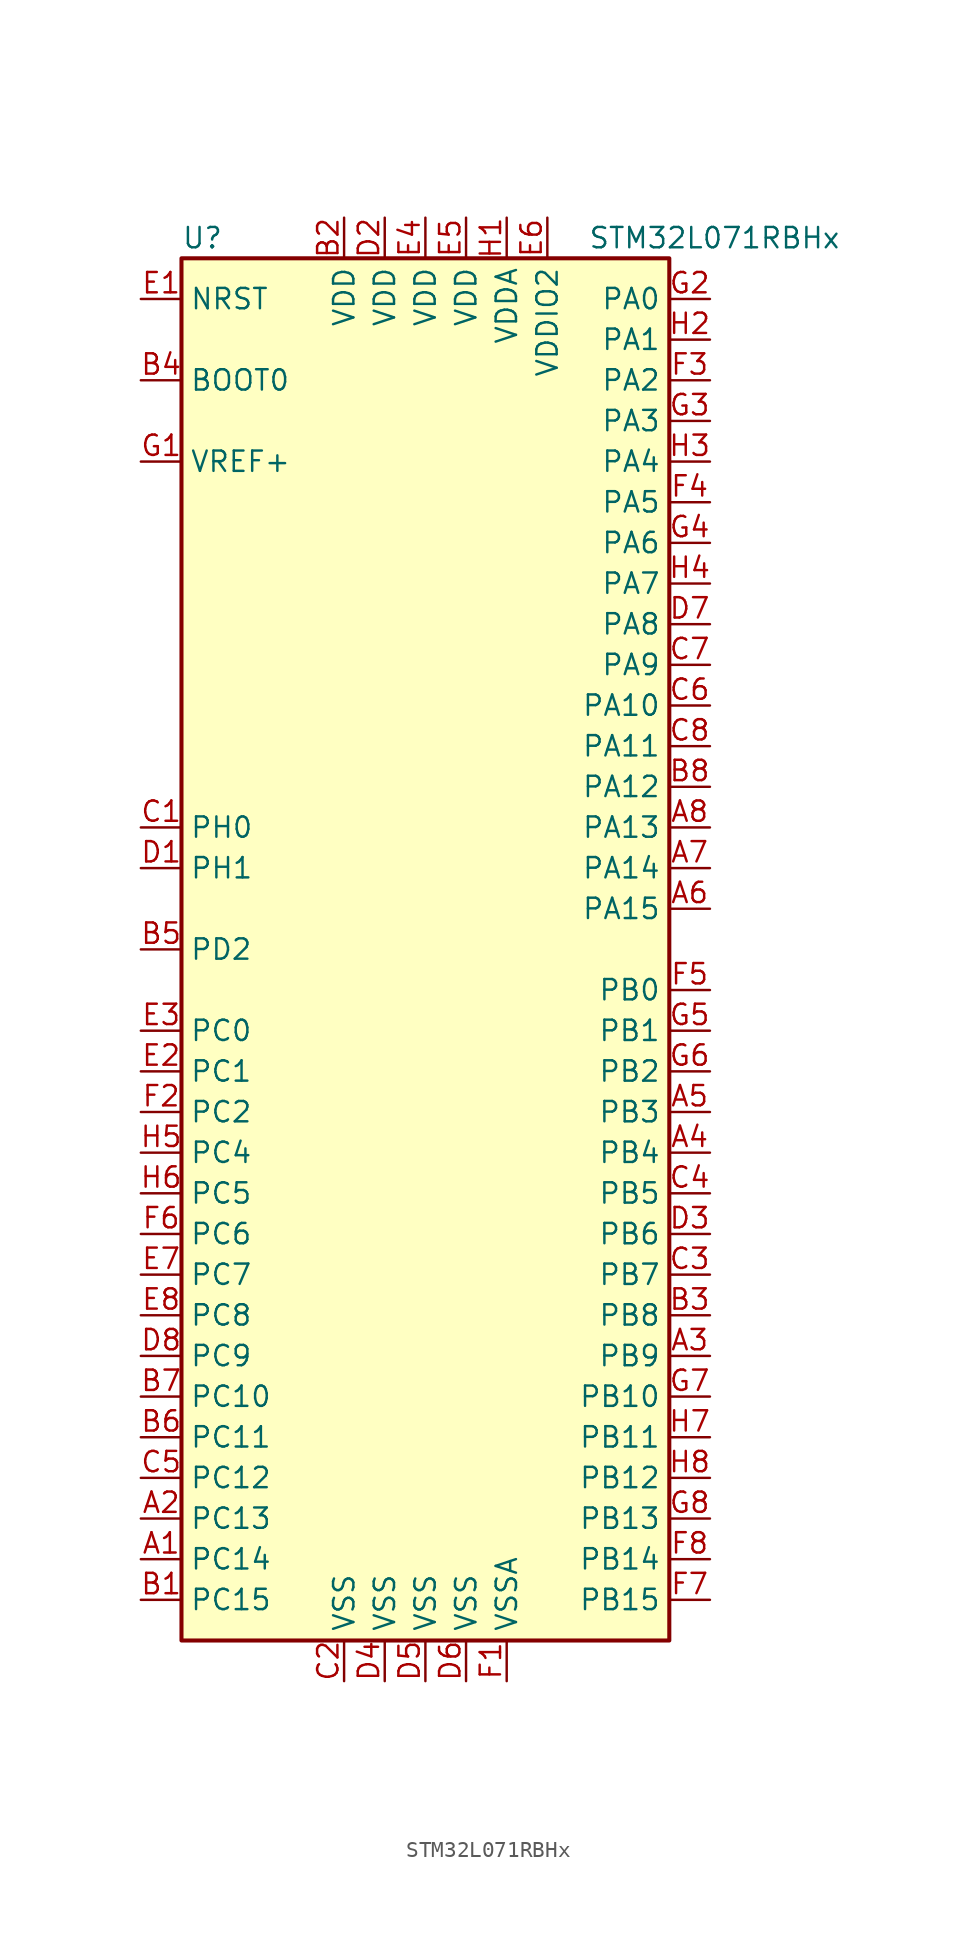
<source format=kicad_sym>
(kicad_symbol_lib
  (version 20201005)
  (generator kicad_symbol_editor)
  (symbol "STM32L071RBHx"
    (property "Reference" "U"
      (at -15.24 44.45 0)
      (effects (font (size 1.27 1.27)) (justify left)))
    (property "Value" "STM32L071RBHx"
      (at 10.16 44.45 0)
      (effects (font (size 1.27 1.27)) (justify left)))
    (symbol "STM32L071RBHx_0_1"
      (rectangle (start -15.24 -43.18) (end 15.24 43.18) (stroke (width 0.254)) (fill (type background))))
    (symbol "STM32L071RBHx_1_1"
      (pin bidirectional line (at -17.78 -38.1 0) (length 2.54) (name "PC14" (effects (font (size 1.27 1.27)))) (number "A1" (effects (font (size 1.27 1.27)))))
      (pin bidirectional line (at -17.78 -35.56 0) (length 2.54) (name "PC13" (effects (font (size 1.27 1.27)))) (number "A2" (effects (font (size 1.27 1.27)))))
      (pin bidirectional line (at 17.78 -25.4 180) (length 2.54) (name "PB9" (effects (font (size 1.27 1.27)))) (number "A3" (effects (font (size 1.27 1.27)))))
      (pin bidirectional line (at 17.78 -12.7 180) (length 2.54) (name "PB4" (effects (font (size 1.27 1.27)))) (number "A4" (effects (font (size 1.27 1.27)))))
      (pin bidirectional line (at 17.78 -10.16 180) (length 2.54) (name "PB3" (effects (font (size 1.27 1.27)))) (number "A5" (effects (font (size 1.27 1.27)))))
      (pin bidirectional line (at 17.78 2.54 180) (length 2.54) (name "PA15" (effects (font (size 1.27 1.27)))) (number "A6" (effects (font (size 1.27 1.27)))))
      (pin bidirectional line (at 17.78 5.08 180) (length 2.54) (name "PA14" (effects (font (size 1.27 1.27)))) (number "A7" (effects (font (size 1.27 1.27)))))
      (pin bidirectional line (at 17.78 7.62 180) (length 2.54) (name "PA13" (effects (font (size 1.27 1.27)))) (number "A8" (effects (font (size 1.27 1.27)))))
      (pin bidirectional line (at -17.78 -40.64 0) (length 2.54) (name "PC15" (effects (font (size 1.27 1.27)))) (number "B1" (effects (font (size 1.27 1.27)))))
      (pin power_in line (at -5.08 45.72 270) (length 2.54) (name "VDD" (effects (font (size 1.27 1.27)))) (number "B2" (effects (font (size 1.27 1.27)))))
      (pin bidirectional line (at 17.78 -22.86 180) (length 2.54) (name "PB8" (effects (font (size 1.27 1.27)))) (number "B3" (effects (font (size 1.27 1.27)))))
      (pin input line (at -17.78 35.56 0) (length 2.54) (name "BOOT0" (effects (font (size 1.27 1.27)))) (number "B4" (effects (font (size 1.27 1.27)))))
      (pin bidirectional line (at -17.78 0 0) (length 2.54) (name "PD2" (effects (font (size 1.27 1.27)))) (number "B5" (effects (font (size 1.27 1.27)))))
      (pin bidirectional line (at -17.78 -30.48 0) (length 2.54) (name "PC11" (effects (font (size 1.27 1.27)))) (number "B6" (effects (font (size 1.27 1.27)))))
      (pin bidirectional line (at -17.78 -27.94 0) (length 2.54) (name "PC10" (effects (font (size 1.27 1.27)))) (number "B7" (effects (font (size 1.27 1.27)))))
      (pin bidirectional line (at 17.78 10.16 180) (length 2.54) (name "PA12" (effects (font (size 1.27 1.27)))) (number "B8" (effects (font (size 1.27 1.27)))))
      (pin input line (at -17.78 7.62 0) (length 2.54) (name "PH0" (effects (font (size 1.27 1.27)))) (number "C1" (effects (font (size 1.27 1.27)))))
      (pin power_in line (at -5.08 -45.72 90) (length 2.54) (name "VSS" (effects (font (size 1.27 1.27)))) (number "C2" (effects (font (size 1.27 1.27)))))
      (pin bidirectional line (at 17.78 -20.32 180) (length 2.54) (name "PB7" (effects (font (size 1.27 1.27)))) (number "C3" (effects (font (size 1.27 1.27)))))
      (pin bidirectional line (at 17.78 -15.24 180) (length 2.54) (name "PB5" (effects (font (size 1.27 1.27)))) (number "C4" (effects (font (size 1.27 1.27)))))
      (pin bidirectional line (at -17.78 -33.02 0) (length 2.54) (name "PC12" (effects (font (size 1.27 1.27)))) (number "C5" (effects (font (size 1.27 1.27)))))
      (pin bidirectional line (at 17.78 15.24 180) (length 2.54) (name "PA10" (effects (font (size 1.27 1.27)))) (number "C6" (effects (font (size 1.27 1.27)))))
      (pin bidirectional line (at 17.78 17.78 180) (length 2.54) (name "PA9" (effects (font (size 1.27 1.27)))) (number "C7" (effects (font (size 1.27 1.27)))))
      (pin bidirectional line (at 17.78 12.7 180) (length 2.54) (name "PA11" (effects (font (size 1.27 1.27)))) (number "C8" (effects (font (size 1.27 1.27)))))
      (pin input line (at -17.78 5.08 0) (length 2.54) (name "PH1" (effects (font (size 1.27 1.27)))) (number "D1" (effects (font (size 1.27 1.27)))))
      (pin power_in line (at -2.54 45.72 270) (length 2.54) (name "VDD" (effects (font (size 1.27 1.27)))) (number "D2" (effects (font (size 1.27 1.27)))))
      (pin bidirectional line (at 17.78 -17.78 180) (length 2.54) (name "PB6" (effects (font (size 1.27 1.27)))) (number "D3" (effects (font (size 1.27 1.27)))))
      (pin power_in line (at -2.54 -45.72 90) (length 2.54) (name "VSS" (effects (font (size 1.27 1.27)))) (number "D4" (effects (font (size 1.27 1.27)))))
      (pin power_in line (at 0 -45.72 90) (length 2.54) (name "VSS" (effects (font (size 1.27 1.27)))) (number "D5" (effects (font (size 1.27 1.27)))))
      (pin power_in line (at 2.54 -45.72 90) (length 2.54) (name "VSS" (effects (font (size 1.27 1.27)))) (number "D6" (effects (font (size 1.27 1.27)))))
      (pin bidirectional line (at 17.78 20.32 180) (length 2.54) (name "PA8" (effects (font (size 1.27 1.27)))) (number "D7" (effects (font (size 1.27 1.27)))))
      (pin bidirectional line (at -17.78 -25.4 0) (length 2.54) (name "PC9" (effects (font (size 1.27 1.27)))) (number "D8" (effects (font (size 1.27 1.27)))))
      (pin input line (at -17.78 40.64 0) (length 2.54) (name "NRST" (effects (font (size 1.27 1.27)))) (number "E1" (effects (font (size 1.27 1.27)))))
      (pin bidirectional line (at -17.78 -7.62 0) (length 2.54) (name "PC1" (effects (font (size 1.27 1.27)))) (number "E2" (effects (font (size 1.27 1.27)))))
      (pin bidirectional line (at -17.78 -5.08 0) (length 2.54) (name "PC0" (effects (font (size 1.27 1.27)))) (number "E3" (effects (font (size 1.27 1.27)))))
      (pin power_in line (at 0 45.72 270) (length 2.54) (name "VDD" (effects (font (size 1.27 1.27)))) (number "E4" (effects (font (size 1.27 1.27)))))
      (pin power_in line (at 2.54 45.72 270) (length 2.54) (name "VDD" (effects (font (size 1.27 1.27)))) (number "E5" (effects (font (size 1.27 1.27)))))
      (pin power_in line (at 7.62 45.72 270) (length 2.54) (name "VDDIO2" (effects (font (size 1.27 1.27)))) (number "E6" (effects (font (size 1.27 1.27)))))
      (pin bidirectional line (at -17.78 -20.32 0) (length 2.54) (name "PC7" (effects (font (size 1.27 1.27)))) (number "E7" (effects (font (size 1.27 1.27)))))
      (pin bidirectional line (at -17.78 -22.86 0) (length 2.54) (name "PC8" (effects (font (size 1.27 1.27)))) (number "E8" (effects (font (size 1.27 1.27)))))
      (pin power_in line (at 5.08 -45.72 90) (length 2.54) (name "VSSA" (effects (font (size 1.27 1.27)))) (number "F1" (effects (font (size 1.27 1.27)))))
      (pin bidirectional line (at -17.78 -10.16 0) (length 2.54) (name "PC2" (effects (font (size 1.27 1.27)))) (number "F2" (effects (font (size 1.27 1.27)))))
      (pin bidirectional line (at 17.78 35.56 180) (length 2.54) (name "PA2" (effects (font (size 1.27 1.27)))) (number "F3" (effects (font (size 1.27 1.27)))))
      (pin bidirectional line (at 17.78 27.94 180) (length 2.54) (name "PA5" (effects (font (size 1.27 1.27)))) (number "F4" (effects (font (size 1.27 1.27)))))
      (pin bidirectional line (at 17.78 -2.54 180) (length 2.54) (name "PB0" (effects (font (size 1.27 1.27)))) (number "F5" (effects (font (size 1.27 1.27)))))
      (pin bidirectional line (at -17.78 -17.78 0) (length 2.54) (name "PC6" (effects (font (size 1.27 1.27)))) (number "F6" (effects (font (size 1.27 1.27)))))
      (pin bidirectional line (at 17.78 -40.64 180) (length 2.54) (name "PB15" (effects (font (size 1.27 1.27)))) (number "F7" (effects (font (size 1.27 1.27)))))
      (pin bidirectional line (at 17.78 -38.1 180) (length 2.54) (name "PB14" (effects (font (size 1.27 1.27)))) (number "F8" (effects (font (size 1.27 1.27)))))
      (pin power_in line (at -17.78 30.48 0) (length 2.54) (name "VREF+" (effects (font (size 1.27 1.27)))) (number "G1" (effects (font (size 1.27 1.27)))))
      (pin bidirectional line (at 17.78 40.64 180) (length 2.54) (name "PA0" (effects (font (size 1.27 1.27)))) (number "G2" (effects (font (size 1.27 1.27)))))
      (pin bidirectional line (at 17.78 33.02 180) (length 2.54) (name "PA3" (effects (font (size 1.27 1.27)))) (number "G3" (effects (font (size 1.27 1.27)))))
      (pin bidirectional line (at 17.78 25.4 180) (length 2.54) (name "PA6" (effects (font (size 1.27 1.27)))) (number "G4" (effects (font (size 1.27 1.27)))))
      (pin bidirectional line (at 17.78 -5.08 180) (length 2.54) (name "PB1" (effects (font (size 1.27 1.27)))) (number "G5" (effects (font (size 1.27 1.27)))))
      (pin bidirectional line (at 17.78 -7.62 180) (length 2.54) (name "PB2" (effects (font (size 1.27 1.27)))) (number "G6" (effects (font (size 1.27 1.27)))))
      (pin bidirectional line (at 17.78 -27.94 180) (length 2.54) (name "PB10" (effects (font (size 1.27 1.27)))) (number "G7" (effects (font (size 1.27 1.27)))))
      (pin bidirectional line (at 17.78 -35.56 180) (length 2.54) (name "PB13" (effects (font (size 1.27 1.27)))) (number "G8" (effects (font (size 1.27 1.27)))))
      (pin power_in line (at 5.08 45.72 270) (length 2.54) (name "VDDA" (effects (font (size 1.27 1.27)))) (number "H1" (effects (font (size 1.27 1.27)))))
      (pin bidirectional line (at 17.78 38.1 180) (length 2.54) (name "PA1" (effects (font (size 1.27 1.27)))) (number "H2" (effects (font (size 1.27 1.27)))))
      (pin bidirectional line (at 17.78 30.48 180) (length 2.54) (name "PA4" (effects (font (size 1.27 1.27)))) (number "H3" (effects (font (size 1.27 1.27)))))
      (pin bidirectional line (at 17.78 22.86 180) (length 2.54) (name "PA7" (effects (font (size 1.27 1.27)))) (number "H4" (effects (font (size 1.27 1.27)))))
      (pin bidirectional line (at -17.78 -12.7 0) (length 2.54) (name "PC4" (effects (font (size 1.27 1.27)))) (number "H5" (effects (font (size 1.27 1.27)))))
      (pin bidirectional line (at -17.78 -15.24 0) (length 2.54) (name "PC5" (effects (font (size 1.27 1.27)))) (number "H6" (effects (font (size 1.27 1.27)))))
      (pin bidirectional line (at 17.78 -30.48 180) (length 2.54) (name "PB11" (effects (font (size 1.27 1.27)))) (number "H7" (effects (font (size 1.27 1.27)))))
      (pin bidirectional line (at 17.78 -33.02 180) (length 2.54) (name "PB12" (effects (font (size 1.27 1.27)))) (number "H8" (effects (font (size 1.27 1.27))))))))
</source>
